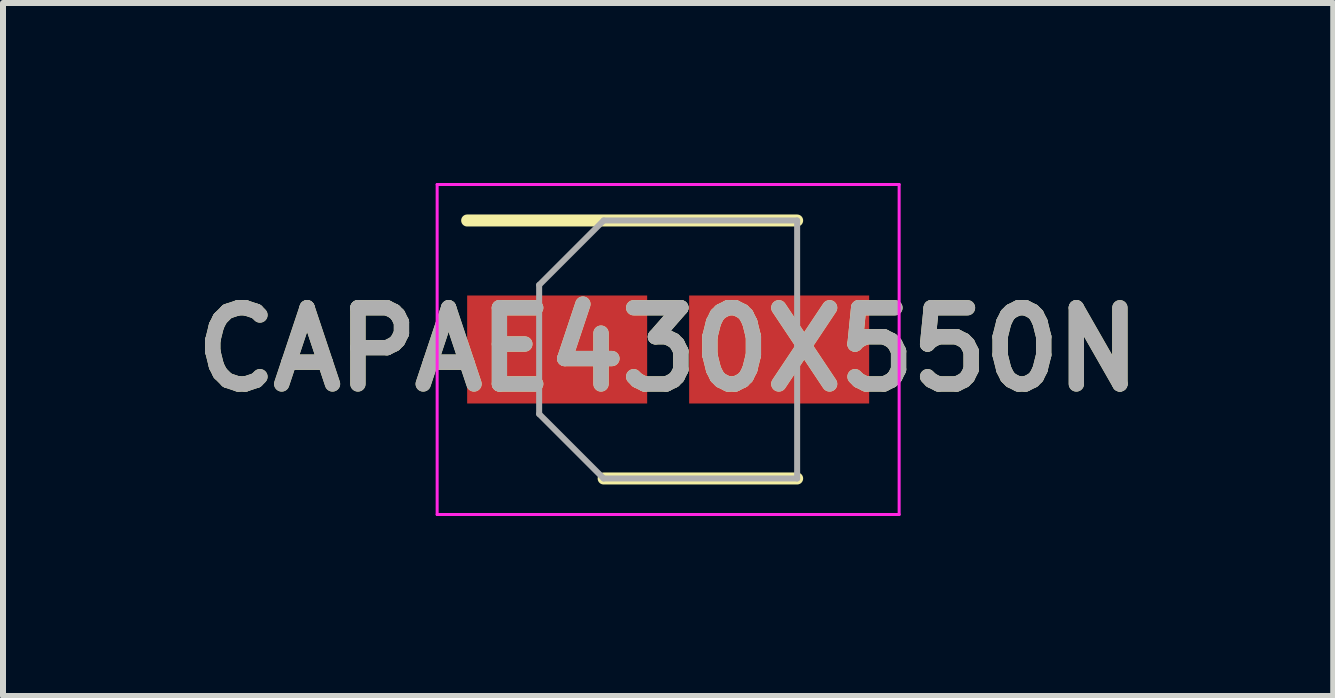
<source format=kicad_pcb>
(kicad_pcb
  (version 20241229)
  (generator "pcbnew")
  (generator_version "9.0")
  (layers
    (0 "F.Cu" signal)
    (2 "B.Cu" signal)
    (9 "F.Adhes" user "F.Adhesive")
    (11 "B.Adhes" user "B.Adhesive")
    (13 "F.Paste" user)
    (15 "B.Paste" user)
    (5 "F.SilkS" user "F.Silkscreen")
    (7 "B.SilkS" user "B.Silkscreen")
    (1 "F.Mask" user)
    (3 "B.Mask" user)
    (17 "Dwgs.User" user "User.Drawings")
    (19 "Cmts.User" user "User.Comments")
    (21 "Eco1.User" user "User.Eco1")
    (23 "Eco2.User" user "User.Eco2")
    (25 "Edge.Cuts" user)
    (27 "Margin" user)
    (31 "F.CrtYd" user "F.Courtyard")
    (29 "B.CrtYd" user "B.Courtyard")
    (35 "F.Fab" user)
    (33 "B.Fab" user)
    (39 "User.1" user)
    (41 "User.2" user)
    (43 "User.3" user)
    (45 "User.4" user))
  (footprint "CAPAE430X550N"
    (layer "F.Cu")
    (at 8.086 2.775)
    (property "Reference" "CAPAE430X550N" (at 0 0 0) (layer "F.SilkS") (effects (font (size 1.27 1.27) (thickness 0.254))))
    (attr smd)
    (fp_line (start -3.35 -2.15) (end 2.15 -2.15) (stroke (width 0.2) (type solid)) (layer "F.SilkS"))
    (fp_line (start -1.075 2.15) (end 2.15 2.15) (stroke (width 0.2) (type solid)) (layer "F.SilkS"))
    (fp_line (start -3.85 -2.75) (end 3.85 -2.75) (stroke (width 0.05) (type solid)) (layer "F.CrtYd"))
    (fp_line (start -3.85 2.75) (end -3.85 -2.75) (stroke (width 0.05) (type solid)) (layer "F.CrtYd"))
    (fp_line (start 3.85 -2.75) (end 3.85 2.75) (stroke (width 0.05) (type solid)) (layer "F.CrtYd"))
    (fp_line (start 3.85 2.75) (end -3.85 2.75) (stroke (width 0.05) (type solid)) (layer "F.CrtYd"))
    (fp_line (start -2.15 -1.075) (end -2.15 1.075) (stroke (width 0.1) (type solid)) (layer "F.Fab"))
    (fp_line (start -2.15 1.075) (end -1.075 2.15) (stroke (width 0.1) (type solid)) (layer "F.Fab"))
    (fp_line (start -1.075 -2.15) (end -2.15 -1.075) (stroke (width 0.1) (type solid)) (layer "F.Fab"))
    (fp_line (start -1.075 2.15) (end 2.15 2.15) (stroke (width 0.1) (type solid)) (layer "F.Fab"))
    (fp_line (start 2.15 -2.15) (end -1.075 -2.15) (stroke (width 0.1) (type solid)) (layer "F.Fab"))
    (fp_line (start 2.15 2.15) (end 2.15 -2.15) (stroke (width 0.1) (type solid)) (layer "F.Fab"))
    (fp_text user "${REFERENCE}" (at 0 0 0) (layer "F.Fab") (effects (font (size 1.27 1.27) (thickness 0.254))))
    (pad "1" smd rect (at -1.85 0 90) (size 1.8 3) (layers "F.Cu" "F.Mask" "F.Paste"))
    (pad "2" smd rect (at 1.85 0 90) (size 1.8 3) (layers "F.Cu" "F.Mask" "F.Paste")))
  (gr_rect
    (start -3 -3)
    (end 19.171 8.55)
    (stroke (width 0.1) (type default))
    (fill no)
    (layer "Edge.Cuts")))
</source>
